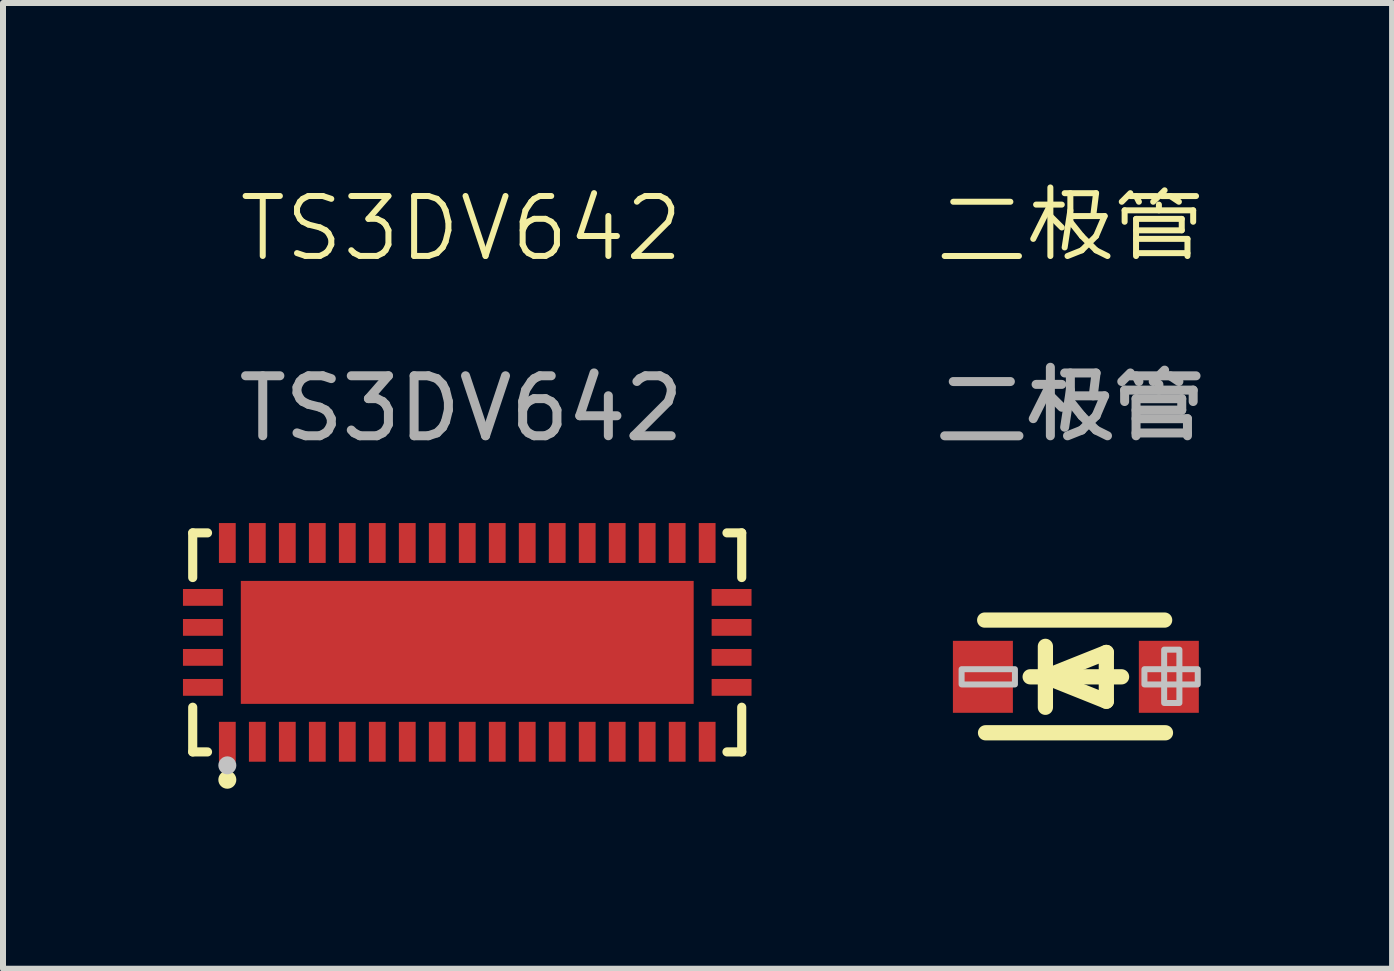
<source format=kicad_pcb>
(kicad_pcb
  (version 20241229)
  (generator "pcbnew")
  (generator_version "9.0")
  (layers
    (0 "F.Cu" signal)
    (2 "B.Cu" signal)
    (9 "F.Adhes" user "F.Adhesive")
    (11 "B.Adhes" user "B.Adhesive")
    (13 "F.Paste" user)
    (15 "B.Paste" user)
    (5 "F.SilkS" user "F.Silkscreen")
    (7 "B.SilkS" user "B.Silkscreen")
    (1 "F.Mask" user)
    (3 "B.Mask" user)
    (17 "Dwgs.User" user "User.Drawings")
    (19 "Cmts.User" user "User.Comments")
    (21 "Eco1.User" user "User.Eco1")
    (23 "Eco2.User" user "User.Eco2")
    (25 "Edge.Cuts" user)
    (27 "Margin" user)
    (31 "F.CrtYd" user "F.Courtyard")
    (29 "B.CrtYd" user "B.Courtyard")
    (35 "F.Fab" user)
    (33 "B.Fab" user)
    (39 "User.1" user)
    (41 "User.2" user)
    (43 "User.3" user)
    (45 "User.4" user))
  (footprint "TS3DV642"
    (layer "F.Cu")
    (at 4.74 7.66)
    (property "Reference" "TS3DV642" (at -0.1 -6.9 0) (unlocked yes) (layer "F.SilkS") (effects (font (size 1 1) (thickness 0.1))))
    (attr smd)
    (fp_line (start -4.577 -1.826) (end -4.33 -1.826) (stroke (width 0.152) (type default)) (layer "F.SilkS"))
    (fp_line (start -4.577 -1.081) (end -4.577 -1.826) (stroke (width 0.152) (type default)) (layer "F.SilkS"))
    (fp_line (start -4.577 1.081) (end -4.577 1.826) (stroke (width 0.152) (type default)) (layer "F.SilkS"))
    (fp_line (start -4.577 1.826) (end -4.33 1.826) (stroke (width 0.152) (type default)) (layer "F.SilkS"))
    (fp_line (start 4.576 -1.826) (end 4.33 -1.826) (stroke (width 0.152) (type default)) (layer "F.SilkS"))
    (fp_line (start 4.576 -1.081) (end 4.576 -1.826) (stroke (width 0.152) (type default)) (layer "F.SilkS"))
    (fp_line (start 4.576 1.081) (end 4.576 1.826) (stroke (width 0.152) (type default)) (layer "F.SilkS"))
    (fp_line (start 4.576 1.826) (end 4.33 1.826) (stroke (width 0.152) (type default)) (layer "F.SilkS"))
    (fp_circle (center -4 2.29) (end -3.925 2.29) (stroke (width 0.15) (type default)) (fill no) (layer "F.SilkS"))
    (fp_circle (center -4 2.05) (end -3.925 2.05) (stroke (width 0.15) (type default)) (fill no) (layer "Dwgs.User"))
    (fp_poly (pts (xy -4.125 -1.75) (xy -4.125 -1.35) (xy -3.875 -1.35) (xy -3.875 -1.75)) (stroke (width 0.1) (type default)) (fill no) (layer "User.1"))
    (fp_poly (pts (xy -4.125 1.75) (xy -4.125 1.35) (xy -3.875 1.35) (xy -3.875 1.75)) (stroke (width 0.1) (type default)) (fill no) (layer "User.1"))
    (fp_poly (pts (xy -4.1 -0.625) (xy -4.1 -0.875) (xy -4.5 -0.875) (xy -4.5 -0.625)) (stroke (width 0.1) (type default)) (fill no) (layer "User.1"))
    (fp_poly (pts (xy -4.1 -0.125) (xy -4.1 -0.375) (xy -4.5 -0.375) (xy -4.5 -0.125)) (stroke (width 0.1) (type default)) (fill no) (layer "User.1"))
    (fp_poly (pts (xy -4.1 0.375) (xy -4.1 0.125) (xy -4.5 0.125) (xy -4.5 0.375)) (stroke (width 0.1) (type default)) (fill no) (layer "User.1"))
    (fp_poly (pts (xy -4.1 0.875) (xy -4.1 0.625) (xy -4.5 0.625) (xy -4.5 0.875)) (stroke (width 0.1) (type default)) (fill no) (layer "User.1"))
    (fp_poly (pts (xy -3.625 -1.75) (xy -3.625 -1.35) (xy -3.375 -1.35) (xy -3.375 -1.75)) (stroke (width 0.1) (type default)) (fill no) (layer "User.1"))
    (fp_poly (pts (xy -3.625 1.75) (xy -3.625 1.35) (xy -3.375 1.35) (xy -3.375 1.75)) (stroke (width 0.1) (type default)) (fill no) (layer "User.1"))
    (fp_poly (pts (xy -3.125 -1.75) (xy -3.125 -1.35) (xy -2.875 -1.35) (xy -2.875 -1.75)) (stroke (width 0.1) (type default)) (fill no) (layer "User.1"))
    (fp_poly (pts (xy -3.125 1.75) (xy -3.125 1.35) (xy -2.875 1.35) (xy -2.875 1.75)) (stroke (width 0.1) (type default)) (fill no) (layer "User.1"))
    (fp_poly (pts (xy -2.625 -1.75) (xy -2.625 -1.35) (xy -2.375 -1.35) (xy -2.375 -1.75)) (stroke (width 0.1) (type default)) (fill no) (layer "User.1"))
    (fp_poly (pts (xy -2.625 1.75) (xy -2.625 1.35) (xy -2.375 1.35) (xy -2.375 1.75)) (stroke (width 0.1) (type default)) (fill no) (layer "User.1"))
    (fp_poly (pts (xy -2.125 -1.75) (xy -2.125 -1.35) (xy -1.875 -1.35) (xy -1.875 -1.75)) (stroke (width 0.1) (type default)) (fill no) (layer "User.1"))
    (fp_poly (pts (xy -2.125 1.75) (xy -2.125 1.35) (xy -1.875 1.35) (xy -1.875 1.75)) (stroke (width 0.1) (type default)) (fill no) (layer "User.1"))
    (fp_poly (pts (xy -1.625 -1.75) (xy -1.625 -1.35) (xy -1.375 -1.35) (xy -1.375 -1.75)) (stroke (width 0.1) (type default)) (fill no) (layer "User.1"))
    (fp_poly (pts (xy -1.625 1.75) (xy -1.625 1.35) (xy -1.375 1.35) (xy -1.375 1.75)) (stroke (width 0.1) (type default)) (fill no) (layer "User.1"))
    (fp_poly (pts (xy -1.125 -1.75) (xy -1.125 -1.35) (xy -0.875 -1.35) (xy -0.875 -1.75)) (stroke (width 0.1) (type default)) (fill no) (layer "User.1"))
    (fp_poly (pts (xy -1.125 1.75) (xy -1.125 1.35) (xy -0.875 1.35) (xy -0.875 1.75)) (stroke (width 0.1) (type default)) (fill no) (layer "User.1"))
    (fp_poly (pts (xy -0.625 -1.75) (xy -0.625 -1.35) (xy -0.375 -1.35) (xy -0.375 -1.75)) (stroke (width 0.1) (type default)) (fill no) (layer "User.1"))
    (fp_poly (pts (xy -0.625 1.75) (xy -0.625 1.35) (xy -0.375 1.35) (xy -0.375 1.75)) (stroke (width 0.1) (type default)) (fill no) (layer "User.1"))
    (fp_poly (pts (xy -0.125 -1.75) (xy -0.125 -1.35) (xy 0.125 -1.35) (xy 0.125 -1.75)) (stroke (width 0.1) (type default)) (fill no) (layer "User.1"))
    (fp_poly (pts (xy -0.125 1.75) (xy -0.125 1.35) (xy 0.125 1.35) (xy 0.125 1.75)) (stroke (width 0.1) (type default)) (fill no) (layer "User.1"))
    (fp_poly (pts (xy 0.375 -1.75) (xy 0.375 -1.35) (xy 0.625 -1.35) (xy 0.625 -1.75)) (stroke (width 0.1) (type default)) (fill no) (layer "User.1"))
    (fp_poly (pts (xy 0.375 1.75) (xy 0.375 1.35) (xy 0.625 1.35) (xy 0.625 1.75)) (stroke (width 0.1) (type default)) (fill no) (layer "User.1"))
    (fp_poly (pts (xy 0.875 -1.75) (xy 0.875 -1.35) (xy 1.125 -1.35) (xy 1.125 -1.75)) (stroke (width 0.1) (type default)) (fill no) (layer "User.1"))
    (fp_poly (pts (xy 0.875 1.75) (xy 0.875 1.35) (xy 1.125 1.35) (xy 1.125 1.75)) (stroke (width 0.1) (type default)) (fill no) (layer "User.1"))
    (fp_poly (pts (xy 1.375 -1.75) (xy 1.375 -1.35) (xy 1.625 -1.35) (xy 1.625 -1.75)) (stroke (width 0.1) (type default)) (fill no) (layer "User.1"))
    (fp_poly (pts (xy 1.375 1.75) (xy 1.375 1.35) (xy 1.625 1.35) (xy 1.625 1.75)) (stroke (width 0.1) (type default)) (fill no) (layer "User.1"))
    (fp_poly (pts (xy 1.875 -1.75) (xy 1.875 -1.35) (xy 2.125 -1.35) (xy 2.125 -1.75)) (stroke (width 0.1) (type default)) (fill no) (layer "User.1"))
    (fp_poly (pts (xy 1.875 1.75) (xy 1.875 1.35) (xy 2.125 1.35) (xy 2.125 1.75)) (stroke (width 0.1) (type default)) (fill no) (layer "User.1"))
    (fp_poly (pts (xy 2.375 -1.75) (xy 2.375 -1.35) (xy 2.625 -1.35) (xy 2.625 -1.75)) (stroke (width 0.1) (type default)) (fill no) (layer "User.1"))
    (fp_poly (pts (xy 2.375 1.75) (xy 2.375 1.35) (xy 2.625 1.35) (xy 2.625 1.75)) (stroke (width 0.1) (type default)) (fill no) (layer "User.1"))
    (fp_poly (pts (xy 2.875 -1.75) (xy 2.875 -1.35) (xy 3.125 -1.35) (xy 3.125 -1.75)) (stroke (width 0.1) (type default)) (fill no) (layer "User.1"))
    (fp_poly (pts (xy 2.875 1.75) (xy 2.875 1.35) (xy 3.125 1.35) (xy 3.125 1.75)) (stroke (width 0.1) (type default)) (fill no) (layer "User.1"))
    (fp_poly (pts (xy 3.375 -1.75) (xy 3.375 -1.35) (xy 3.625 -1.35) (xy 3.625 -1.75)) (stroke (width 0.1) (type default)) (fill no) (layer "User.1"))
    (fp_poly (pts (xy 3.375 1.75) (xy 3.375 1.35) (xy 3.625 1.35) (xy 3.625 1.75)) (stroke (width 0.1) (type default)) (fill no) (layer "User.1"))
    (fp_poly (pts (xy 3.875 -1.75) (xy 3.875 -1.35) (xy 4.125 -1.35) (xy 4.125 -1.75)) (stroke (width 0.1) (type default)) (fill no) (layer "User.1"))
    (fp_poly (pts (xy 3.875 1.75) (xy 3.875 1.35) (xy 4.125 1.35) (xy 4.125 1.75)) (stroke (width 0.1) (type default)) (fill no) (layer "User.1"))
    (fp_poly (pts (xy 4.1 -0.625) (xy 4.1 -0.875) (xy 4.5 -0.875) (xy 4.5 -0.625)) (stroke (width 0.1) (type default)) (fill no) (layer "User.1"))
    (fp_poly (pts (xy 4.1 -0.125) (xy 4.1 -0.375) (xy 4.5 -0.375) (xy 4.5 -0.125)) (stroke (width 0.1) (type default)) (fill no) (layer "User.1"))
    (fp_poly (pts (xy 4.1 0.375) (xy 4.1 0.125) (xy 4.5 0.125) (xy 4.5 0.375)) (stroke (width 0.1) (type default)) (fill no) (layer "User.1"))
    (fp_poly (pts (xy 4.1 0.875) (xy 4.1 0.625) (xy 4.5 0.625) (xy 4.5 0.875)) (stroke (width 0.1) (type default)) (fill no) (layer "User.1"))
    (fp_poly (pts (xy -3.775 0.82) (xy -3.775 -1.025) (xy 3.775 -1.025) (xy 3.775 1.025) (xy -3.57 1.025)) (stroke (width 0.1) (type default)) (fill no) (layer "User.1"))
    (fp_line (start -4.5 -1.75) (end 4.5 -1.75) (stroke (width 0.051) (type default)) (layer "User.2"))
    (fp_line (start -4.5 1.75) (end -4.5 -1.75) (stroke (width 0.051) (type default)) (layer "User.2"))
    (fp_line (start 4.5 -1.75) (end 4.5 1.75) (stroke (width 0.051) (type default)) (layer "User.2"))
    (fp_line (start 4.5 1.75) (end -4.5 1.75) (stroke (width 0.051) (type default)) (layer "User.2"))
    (fp_poly (pts (xy -4.44 1.75) (xy -4.458 1.708) (xy -4.5 1.69) (xy -4.542 1.708) (xy -4.56 1.75) (xy -4.542 1.792) (xy -4.5 1.81) (xy -4.458 1.792)) (stroke (width 0.1) (type default)) (fill no) (layer "User.3"))
    (fp_text user "${REFERENCE}" (at -0.1 -3.9 0) (unlocked yes) (layer "F.Fab") (effects (font (size 1 1) (thickness 0.15))))
    (pad "1" smd rect (at -4 1.657) (size 0.28 0.665) (layers "F.Cu" "F.Mask" "F.Paste"))
    (pad "2" smd rect (at -3.5 1.657) (size 0.28 0.665) (layers "F.Cu" "F.Mask" "F.Paste"))
    (pad "3" smd rect (at -3 1.657) (size 0.28 0.665) (layers "F.Cu" "F.Mask" "F.Paste"))
    (pad "4" smd rect (at -2.5 1.657) (size 0.28 0.665) (layers "F.Cu" "F.Mask" "F.Paste"))
    (pad "5" smd rect (at -2 1.657) (size 0.28 0.665) (layers "F.Cu" "F.Mask" "F.Paste"))
    (pad "6" smd rect (at -1.5 1.657) (size 0.28 0.665) (layers "F.Cu" "F.Mask" "F.Paste"))
    (pad "7" smd rect (at -1 1.657) (size 0.28 0.665) (layers "F.Cu" "F.Mask" "F.Paste"))
    (pad "8" smd rect (at -0.5 1.657) (size 0.28 0.665) (layers "F.Cu" "F.Mask" "F.Paste"))
    (pad "9" smd rect (at 0 1.657) (size 0.28 0.665) (layers "F.Cu" "F.Mask" "F.Paste"))
    (pad "10" smd rect (at 0.5 1.657) (size 0.28 0.665) (layers "F.Cu" "F.Mask" "F.Paste"))
    (pad "11" smd rect (at 1 1.657) (size 0.28 0.665) (layers "F.Cu" "F.Mask" "F.Paste"))
    (pad "12" smd rect (at 1.5 1.657) (size 0.28 0.665) (layers "F.Cu" "F.Mask" "F.Paste"))
    (pad "13" smd rect (at 2 1.657) (size 0.28 0.665) (layers "F.Cu" "F.Mask" "F.Paste"))
    (pad "14" smd rect (at 2.5 1.657) (size 0.28 0.665) (layers "F.Cu" "F.Mask" "F.Paste"))
    (pad "15" smd rect (at 3 1.657) (size 0.28 0.665) (layers "F.Cu" "F.Mask" "F.Paste"))
    (pad "16" smd rect (at 3.5 1.657) (size 0.28 0.665) (layers "F.Cu" "F.Mask" "F.Paste"))
    (pad "17" smd rect (at 4 1.657) (size 0.28 0.665) (layers "F.Cu" "F.Mask" "F.Paste"))
    (pad "18" smd rect (at 4.407 0.75) (size 0.665 0.28) (layers "F.Cu" "F.Mask" "F.Paste"))
    (pad "19" smd rect (at 4.407 0.25) (size 0.665 0.28) (layers "F.Cu" "F.Mask" "F.Paste"))
    (pad "20" smd rect (at 4.407 -0.25) (size 0.665 0.28) (layers "F.Cu" "F.Mask" "F.Paste"))
    (pad "21" smd rect (at 4.407 -0.75) (size 0.665 0.28) (layers "F.Cu" "F.Mask" "F.Paste"))
    (pad "22" smd rect (at 4 -1.657) (size 0.28 0.665) (layers "F.Cu" "F.Mask" "F.Paste"))
    (pad "23" smd rect (at 3.5 -1.657) (size 0.28 0.665) (layers "F.Cu" "F.Mask" "F.Paste"))
    (pad "24" smd rect (at 3 -1.657) (size 0.28 0.665) (layers "F.Cu" "F.Mask" "F.Paste"))
    (pad "25" smd rect (at 2.5 -1.657) (size 0.28 0.665) (layers "F.Cu" "F.Mask" "F.Paste"))
    (pad "26" smd rect (at 2 -1.657) (size 0.28 0.665) (layers "F.Cu" "F.Mask" "F.Paste"))
    (pad "27" smd rect (at 1.5 -1.657) (size 0.28 0.665) (layers "F.Cu" "F.Mask" "F.Paste"))
    (pad "28" smd rect (at 1 -1.657) (size 0.28 0.665) (layers "F.Cu" "F.Mask" "F.Paste"))
    (pad "29" smd rect (at 0.5 -1.657) (size 0.28 0.665) (layers "F.Cu" "F.Mask" "F.Paste"))
    (pad "30" smd rect (at 0 -1.657) (size 0.28 0.665) (layers "F.Cu" "F.Mask" "F.Paste"))
    (pad "31" smd rect (at -0.5 -1.657) (size 0.28 0.665) (layers "F.Cu" "F.Mask" "F.Paste"))
    (pad "32" smd rect (at -1 -1.657) (size 0.28 0.665) (layers "F.Cu" "F.Mask" "F.Paste"))
    (pad "33" smd rect (at -1.5 -1.657) (size 0.28 0.665) (layers "F.Cu" "F.Mask" "F.Paste"))
    (pad "34" smd rect (at -2 -1.657) (size 0.28 0.665) (layers "F.Cu" "F.Mask" "F.Paste"))
    (pad "35" smd rect (at -2.5 -1.657) (size 0.28 0.665) (layers "F.Cu" "F.Mask" "F.Paste"))
    (pad "36" smd rect (at -3 -1.657) (size 0.28 0.665) (layers "F.Cu" "F.Mask" "F.Paste"))
    (pad "37" smd rect (at -3.5 -1.657) (size 0.28 0.665) (layers "F.Cu" "F.Mask" "F.Paste"))
    (pad "38" smd rect (at -4 -1.657) (size 0.28 0.665) (layers "F.Cu" "F.Mask" "F.Paste"))
    (pad "39" smd rect (at -4.407 -0.75) (size 0.665 0.28) (layers "F.Cu" "F.Mask" "F.Paste"))
    (pad "40" smd rect (at -4.407 -0.25) (size 0.665 0.28) (layers "F.Cu" "F.Mask" "F.Paste"))
    (pad "41" smd rect (at -4.407 0.25) (size 0.665 0.28) (layers "F.Cu" "F.Mask" "F.Paste"))
    (pad "42" smd rect (at -4.407 0.75) (size 0.665 0.28) (layers "F.Cu" "F.Mask" "F.Paste"))
    (pad "43" smd rect (at 0 0) (size 7.55 2.05) (layers "F.Cu" "F.Mask" "F.Paste")))
  (footprint "二极管"
    (layer "F.Cu")
    (at 14.819 8.361)
    (property "Reference" "二极管" (at 0 -7.6 0) (unlocked yes) (layer "F.SilkS") (effects (font (size 1 1) (thickness 0.1))))
    (attr smd)
    (fp_line (start -1.452 -1.073) (end 1.548 -1.073) (stroke (width 0.254) (type default)) (layer "F.SilkS"))
    (fp_line (start -1.438 0.806) (end 1.562 0.806) (stroke (width 0.254) (type default)) (layer "F.SilkS"))
    (fp_line (start -0.694 -0.127) (end 0.83 -0.127) (stroke (width 0.254) (type default)) (layer "F.SilkS"))
    (fp_line (start -0.44 -0.635) (end -0.44 0.381) (stroke (width 0.254) (type default)) (layer "F.SilkS"))
    (fp_line (start -0.44 -0.127) (end 0.576 -0.533) (stroke (width 0.254) (type default)) (layer "F.SilkS"))
    (fp_line (start 0.576 -0.533) (end 0.576 0.28) (stroke (width 0.254) (type default)) (layer "F.SilkS"))
    (fp_line (start 0.576 0.28) (end -0.44 -0.127) (stroke (width 0.254) (type default)) (layer "F.SilkS"))
    (fp_poly (pts (xy -1.837 -0.254) (xy -0.948 -0.254) (xy -0.948 0) (xy -1.837 0)) (stroke (width 0.1) (type default)) (fill no) (layer "Dwgs.User"))
    (fp_poly (pts (xy 1.211 -0.254) (xy 2.1 -0.254) (xy 2.1 0) (xy 1.211 0)) (stroke (width 0.1) (type default)) (fill no) (layer "Dwgs.User"))
    (fp_poly (pts (xy 1.54 0.309) (xy 1.54 -0.58) (xy 1.794 -0.58) (xy 1.794 0.309)) (stroke (width 0.1) (type default)) (fill no) (layer "Dwgs.User"))
    (fp_poly (pts (xy -1.782 0.373) (xy -1.782 -0.627) (xy -1.232 -0.627) (xy -1.232 0.373)) (stroke (width 0.1) (type default)) (fill no) (layer "User.1"))
    (fp_poly (pts (xy 1.368 0.373) (xy 1.368 -0.627) (xy 1.918 -0.627) (xy 1.918 0.373)) (stroke (width 0.1) (type default)) (fill no) (layer "User.1"))
    (fp_line (start -1.282 -0.977) (end 1.418 -0.977) (stroke (width 0.051) (type default)) (layer "User.2"))
    (fp_line (start -1.282 0.723) (end -1.282 -0.977) (stroke (width 0.051) (type default)) (layer "User.2"))
    (fp_line (start 1.418 -0.977) (end 1.418 0.723) (stroke (width 0.051) (type default)) (layer "User.2"))
    (fp_line (start 1.418 0.723) (end -1.282 0.723) (stroke (width 0.051) (type default)) (layer "User.2"))
    (fp_poly (pts (xy -1.722 0.723) (xy -1.74 0.681) (xy -1.782 0.663) (xy -1.824 0.681) (xy -1.842 0.723) (xy -1.824 0.765) (xy -1.782 0.783) (xy -1.74 0.765)) (stroke (width 0.1) (type default)) (fill no) (layer "User.3"))
    (fp_text user "${REFERENCE}" (at 0 -4.6 0) (unlocked yes) (layer "F.Fab") (effects (font (size 1 1) (thickness 0.15))))
    (pad "1" smd rect (at -1.482 -0.127) (size 1 1.2) (layers "F.Cu" "F.Mask" "F.Paste"))
    (pad "2" smd rect (at 1.618 -0.127) (size 1 1.2) (layers "F.Cu" "F.Mask" "F.Paste")))
  (gr_rect
    (start -3 -3)
    (end 20.159 13.101)
    (stroke (width 0.1) (type default))
    (fill no)
    (layer "Edge.Cuts")))
</source>
